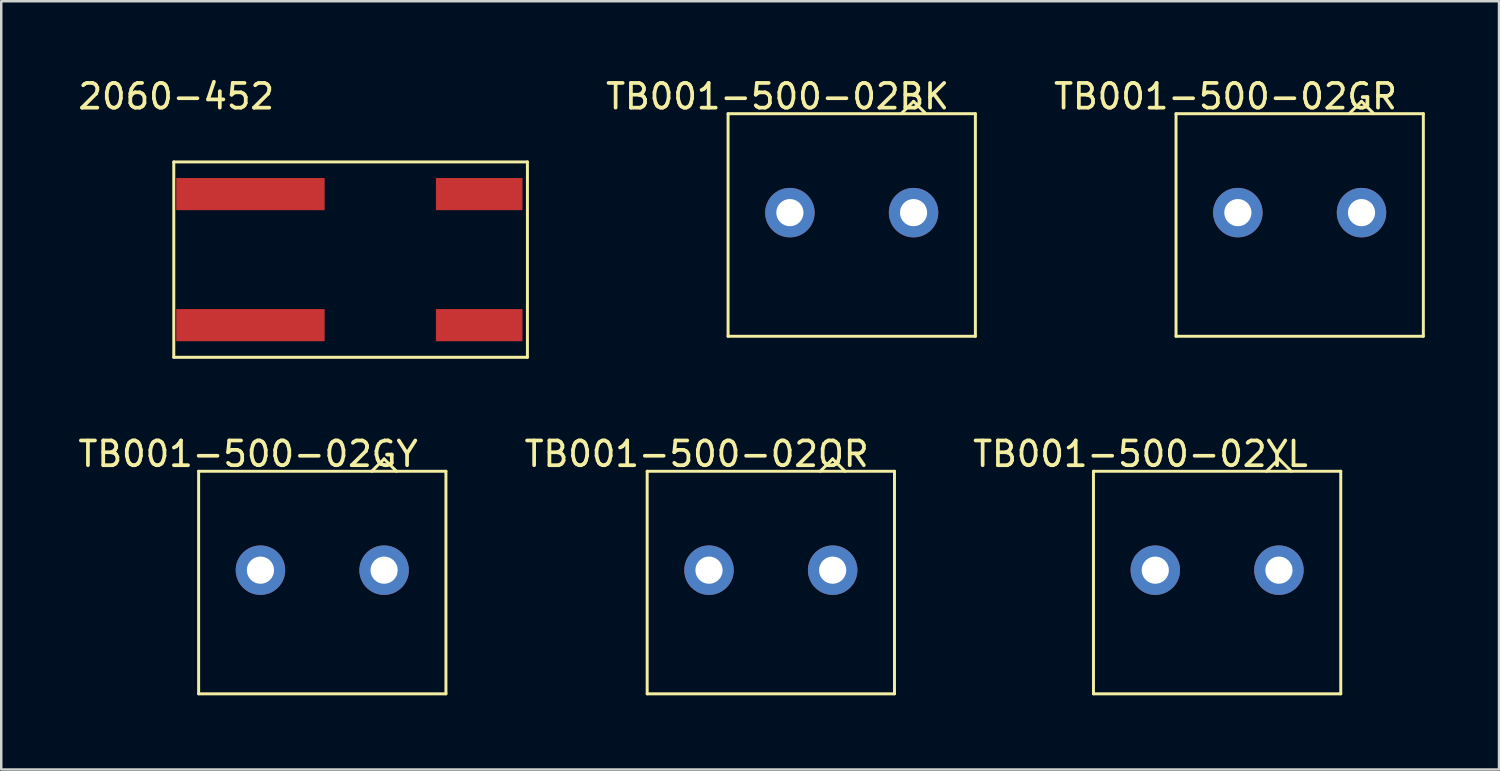
<source format=kicad_pcb>
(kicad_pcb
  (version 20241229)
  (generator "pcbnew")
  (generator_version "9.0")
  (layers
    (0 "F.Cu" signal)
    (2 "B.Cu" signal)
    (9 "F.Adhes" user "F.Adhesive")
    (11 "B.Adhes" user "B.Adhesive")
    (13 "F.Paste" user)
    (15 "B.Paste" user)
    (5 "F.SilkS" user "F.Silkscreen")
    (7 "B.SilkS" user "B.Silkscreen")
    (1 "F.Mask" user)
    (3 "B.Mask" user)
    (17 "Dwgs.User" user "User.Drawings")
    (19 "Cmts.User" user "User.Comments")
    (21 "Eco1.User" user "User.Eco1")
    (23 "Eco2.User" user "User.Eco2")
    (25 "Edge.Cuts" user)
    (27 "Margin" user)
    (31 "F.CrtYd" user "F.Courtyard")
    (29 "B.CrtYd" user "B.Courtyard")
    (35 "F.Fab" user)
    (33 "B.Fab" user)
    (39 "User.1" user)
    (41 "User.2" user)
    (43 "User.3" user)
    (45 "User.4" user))
  (footprint "TB001-500-02GY"
    (layer "F.Cu")
    (at 9.982 20.006)
    (property "Reference" "TB001-500-02GY" (at -3 -4.7 0) (layer "F.SilkS") (effects (font (size 1 1) (thickness 0.15))))
    (attr through_hole)
    (fp_line (start -5 -4) (end -5 5) (stroke (width 0.12) (type solid)) (layer "F.SilkS"))
    (fp_line (start -5 5) (end 5 5) (stroke (width 0.12) (type solid)) (layer "F.SilkS"))
    (fp_line (start 2.5 -4.5) (end 2 -4) (stroke (width 0.12) (type solid)) (layer "F.SilkS"))
    (fp_line (start 3 -4) (end 2.5 -4.5) (stroke (width 0.12) (type solid)) (layer "F.SilkS"))
    (fp_line (start 5 -4) (end -5 -4) (stroke (width 0.12) (type solid)) (layer "F.SilkS"))
    (fp_line (start 5 5) (end 5 -4) (stroke (width 0.12) (type solid)) (layer "F.SilkS"))
    (pad "1" thru_hole circle (at 2.5 0) (size 2 2) (drill 1.1) (layers "*.Cu" "*.Mask"))
    (pad "2" thru_hole circle (at -2.5 0) (size 2 2) (drill 1.1) (layers "*.Cu" "*.Mask")))
  (footprint "2060-452"
    (layer "F.Cu")
    (at 4.077 7.448)
    (property "Reference" "2060-452" (at 0 -6.6 0) (layer "F.SilkS") (effects (font (size 1 1) (thickness 0.15))))
    (attr through_hole)
    (fp_line (start -0.1 -3.95) (end -0.1 3.95) (stroke (width 0.12) (type solid)) (layer "F.SilkS"))
    (fp_line (start -0.1 -3.95) (end 14.2 -3.95) (stroke (width 0.12) (type solid)) (layer "F.SilkS"))
    (fp_line (start -0.1 3.95) (end 14.2 3.95) (stroke (width 0.12) (type solid)) (layer "F.SilkS"))
    (fp_line (start 14.2 -3.95) (end 14.2 3.95) (stroke (width 0.12) (type solid)) (layer "F.SilkS"))
    (pad "1" smd rect (at 3 -2.65) (size 6 1.3) (layers "F.Cu" "F.Mask" "F.Paste"))
    (pad "1" smd rect (at 12.25 -2.65) (size 3.5 1.3) (layers "F.Cu" "F.Mask" "F.Paste"))
    (pad "2" smd rect (at 3 2.65) (size 6 1.3) (layers "F.Cu" "F.Mask" "F.Paste"))
    (pad "2" smd rect (at 12.25 2.65) (size 3.5 1.3) (layers "F.Cu" "F.Mask" "F.Paste")))
  (footprint "TB001-500-02YL"
    (layer "F.Cu")
    (at 46.166 20.006)
    (property "Reference" "TB001-500-02YL" (at -3.1 -4.7 0) (layer "F.SilkS") (effects (font (size 1 1) (thickness 0.15))))
    (attr through_hole)
    (fp_line (start -5 -4) (end -5 5) (stroke (width 0.12) (type solid)) (layer "F.SilkS"))
    (fp_line (start -5 5) (end 5 5) (stroke (width 0.12) (type solid)) (layer "F.SilkS"))
    (fp_line (start 2.5 -4.5) (end 2 -4) (stroke (width 0.12) (type solid)) (layer "F.SilkS"))
    (fp_line (start 3 -4) (end 2.5 -4.5) (stroke (width 0.12) (type solid)) (layer "F.SilkS"))
    (fp_line (start 5 -4) (end -5 -4) (stroke (width 0.12) (type solid)) (layer "F.SilkS"))
    (fp_line (start 5 5) (end 5 -4) (stroke (width 0.12) (type solid)) (layer "F.SilkS"))
    (pad "1" thru_hole circle (at 2.5 0) (size 2 2) (drill 1.1) (layers "*.Cu" "*.Mask"))
    (pad "2" thru_hole circle (at -2.5 0) (size 2 2) (drill 1.1) (layers "*.Cu" "*.Mask")))
  (footprint "TB001-500-02GR"
    (layer "F.Cu")
    (at 49.505 5.548)
    (property "Reference" "TB001-500-02GR" (at -3 -4.7 0) (layer "F.SilkS") (effects (font (size 1 1) (thickness 0.15))))
    (attr through_hole)
    (fp_line (start -5 -4) (end -5 5) (stroke (width 0.12) (type solid)) (layer "F.SilkS"))
    (fp_line (start -5 5) (end 5 5) (stroke (width 0.12) (type solid)) (layer "F.SilkS"))
    (fp_line (start 2.5 -4.5) (end 2 -4) (stroke (width 0.12) (type solid)) (layer "F.SilkS"))
    (fp_line (start 3 -4) (end 2.5 -4.5) (stroke (width 0.12) (type solid)) (layer "F.SilkS"))
    (fp_line (start 5 -4) (end -5 -4) (stroke (width 0.12) (type solid)) (layer "F.SilkS"))
    (fp_line (start 5 5) (end 5 -4) (stroke (width 0.12) (type solid)) (layer "F.SilkS"))
    (pad "1" thru_hole circle (at 2.5 0) (size 2 2) (drill 1.1) (layers "*.Cu" "*.Mask"))
    (pad "2" thru_hole circle (at -2.5 0) (size 2 2) (drill 1.1) (layers "*.Cu" "*.Mask")))
  (footprint "TB001-500-02OR"
    (layer "F.Cu")
    (at 28.12 20.006)
    (property "Reference" "TB001-500-02OR" (at -3 -4.7 0) (layer "F.SilkS") (effects (font (size 1 1) (thickness 0.15))))
    (attr through_hole)
    (fp_line (start -5 -4) (end -5 5) (stroke (width 0.12) (type solid)) (layer "F.SilkS"))
    (fp_line (start -5 5) (end 5 5) (stroke (width 0.12) (type solid)) (layer "F.SilkS"))
    (fp_line (start 2.5 -4.5) (end 2 -4) (stroke (width 0.12) (type solid)) (layer "F.SilkS"))
    (fp_line (start 3 -4) (end 2.5 -4.5) (stroke (width 0.12) (type solid)) (layer "F.SilkS"))
    (fp_line (start 5 -4) (end -5 -4) (stroke (width 0.12) (type solid)) (layer "F.SilkS"))
    (fp_line (start 5 5) (end 5 -4) (stroke (width 0.12) (type solid)) (layer "F.SilkS"))
    (pad "1" thru_hole circle (at 2.5 0) (size 2 2) (drill 1.1) (layers "*.Cu" "*.Mask"))
    (pad "2" thru_hole circle (at -2.5 0) (size 2 2) (drill 1.1) (layers "*.Cu" "*.Mask")))
  (footprint "TB001-500-02BK"
    (layer "F.Cu")
    (at 31.391 5.548)
    (property "Reference" "TB001-500-02BK" (at -3 -4.7 0) (layer "F.SilkS") (effects (font (size 1 1) (thickness 0.15))))
    (attr through_hole)
    (fp_line (start -5 -4) (end -5 5) (stroke (width 0.12) (type solid)) (layer "F.SilkS"))
    (fp_line (start -5 5) (end 5 5) (stroke (width 0.12) (type solid)) (layer "F.SilkS"))
    (fp_line (start 2.5 -4.5) (end 2 -4) (stroke (width 0.12) (type solid)) (layer "F.SilkS"))
    (fp_line (start 3 -4) (end 2.5 -4.5) (stroke (width 0.12) (type solid)) (layer "F.SilkS"))
    (fp_line (start 5 -4) (end -5 -4) (stroke (width 0.12) (type solid)) (layer "F.SilkS"))
    (fp_line (start 5 5) (end 5 -4) (stroke (width 0.12) (type solid)) (layer "F.SilkS"))
    (pad "1" thru_hole circle (at 2.5 0) (size 2 2) (drill 1.1) (layers "*.Cu" "*.Mask"))
    (pad "2" thru_hole circle (at -2.5 0) (size 2 2) (drill 1.1) (layers "*.Cu" "*.Mask")))
  (gr_rect
    (start -3 -3)
    (end 57.565 28.067)
    (stroke (width 0.1) (type default))
    (fill no)
    (layer "Edge.Cuts")))
</source>
